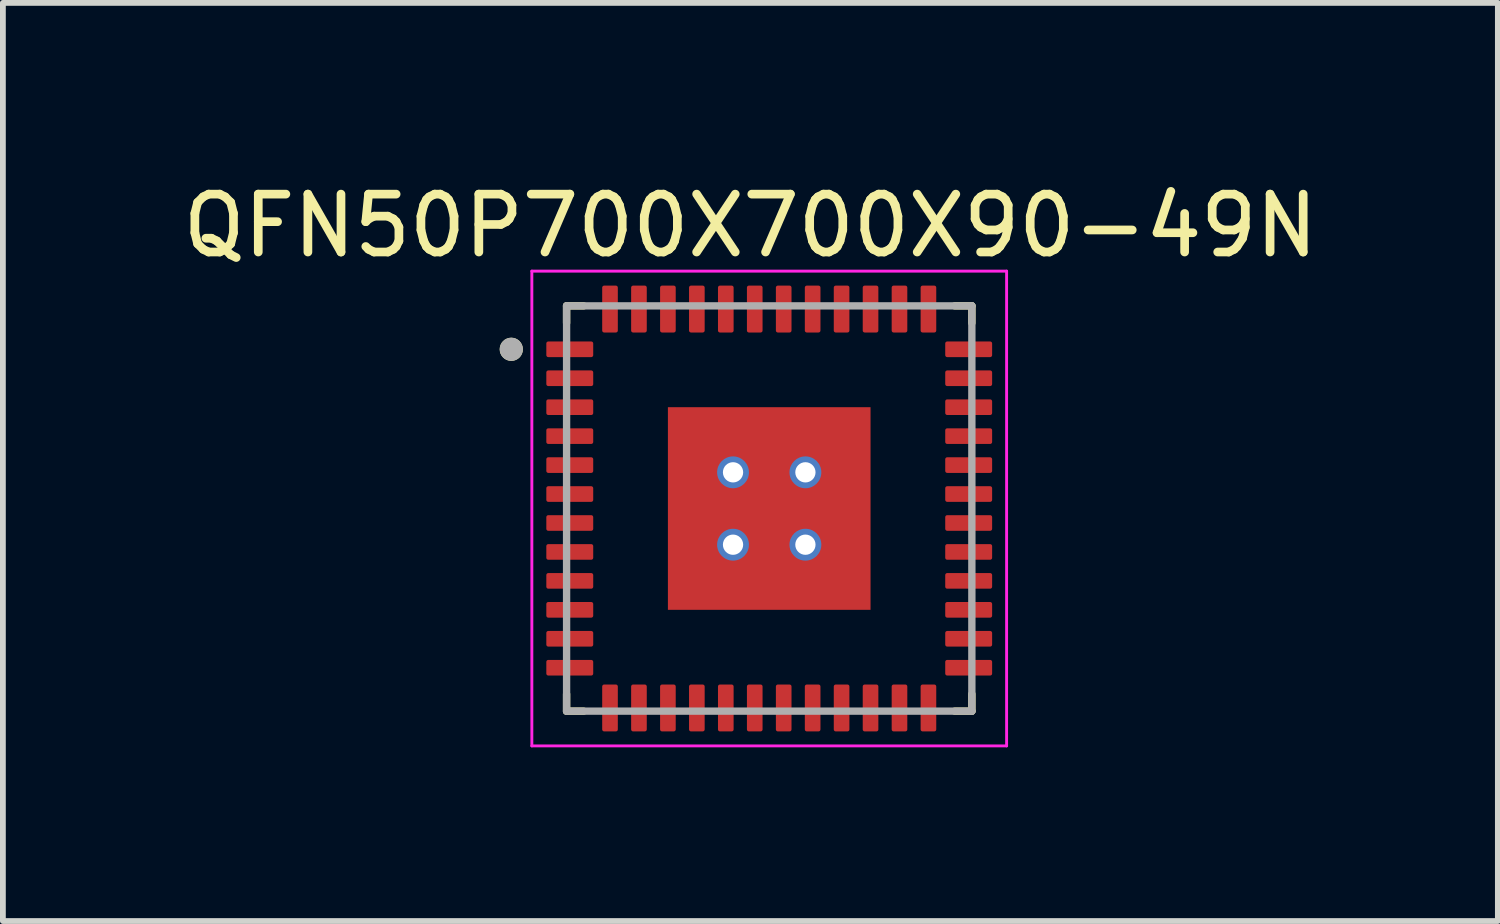
<source format=kicad_pcb>
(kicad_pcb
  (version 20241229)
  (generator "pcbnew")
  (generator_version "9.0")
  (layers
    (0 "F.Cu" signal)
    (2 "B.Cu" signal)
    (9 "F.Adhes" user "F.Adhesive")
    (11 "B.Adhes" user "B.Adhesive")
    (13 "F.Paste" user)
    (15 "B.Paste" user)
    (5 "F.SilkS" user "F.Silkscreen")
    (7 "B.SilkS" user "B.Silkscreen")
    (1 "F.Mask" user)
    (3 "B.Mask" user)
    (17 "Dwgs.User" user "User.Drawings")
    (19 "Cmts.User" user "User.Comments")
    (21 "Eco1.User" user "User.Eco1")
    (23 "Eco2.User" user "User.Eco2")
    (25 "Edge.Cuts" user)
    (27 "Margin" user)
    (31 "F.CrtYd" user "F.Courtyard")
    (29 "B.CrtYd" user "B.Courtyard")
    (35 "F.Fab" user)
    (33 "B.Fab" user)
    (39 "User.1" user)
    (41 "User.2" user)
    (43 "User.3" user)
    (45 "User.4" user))
  (footprint "QFN50P700X700X90-49N"
    (layer "F.Cu")
    (at 10.236 5.733)
    (property "Reference" "QFN50P700X700X90-49N" (at -0.325 -4.885 0) (layer "F.SilkS") (effects (font (size 1 1) (thickness 0.15))))
    (attr smd)
    (fp_line (start -3.5 -3.5) (end -3.5 -3.205) (stroke (width 0.127) (type solid)) (layer "F.SilkS"))
    (fp_line (start -3.5 -3.5) (end -3.205 -3.5) (stroke (width 0.127) (type solid)) (layer "F.SilkS"))
    (fp_line (start -3.5 3.5) (end -3.5 3.205) (stroke (width 0.127) (type solid)) (layer "F.SilkS"))
    (fp_line (start -3.5 3.5) (end -3.205 3.5) (stroke (width 0.127) (type solid)) (layer "F.SilkS"))
    (fp_line (start 3.5 -3.5) (end 3.205 -3.5) (stroke (width 0.127) (type solid)) (layer "F.SilkS"))
    (fp_line (start 3.5 -3.5) (end 3.5 -3.205) (stroke (width 0.127) (type solid)) (layer "F.SilkS"))
    (fp_line (start 3.5 3.5) (end 3.205 3.5) (stroke (width 0.127) (type solid)) (layer "F.SilkS"))
    (fp_line (start 3.5 3.5) (end 3.5 3.205) (stroke (width 0.127) (type solid)) (layer "F.SilkS"))
    (fp_circle (center -4.455 -2.75) (end -4.355 -2.75) (stroke (width 0.2) (type solid)) (fill no) (layer "F.SilkS"))
    (fp_poly (pts (xy -1.125 -1.125) (xy -0.125 -1.125) (xy -0.125 -0.125) (xy -1.125 -0.125)) (stroke (width 0.01) (type solid)) (fill yes) (layer "F.Paste"))
    (fp_poly (pts (xy -1.125 0.125) (xy -0.125 0.125) (xy -0.125 1.125) (xy -1.125 1.125)) (stroke (width 0.01) (type solid)) (fill yes) (layer "F.Paste"))
    (fp_poly (pts (xy 0.125 -1.125) (xy 1.125 -1.125) (xy 1.125 -0.125) (xy 0.125 -0.125)) (stroke (width 0.01) (type solid)) (fill yes) (layer "F.Paste"))
    (fp_poly (pts (xy 0.125 0.125) (xy 1.125 0.125) (xy 1.125 1.125) (xy 0.125 1.125)) (stroke (width 0.01) (type solid)) (fill yes) (layer "F.Paste"))
    (fp_line (start -4.1 -4.1) (end 4.1 -4.1) (stroke (width 0.05) (type solid)) (layer "F.CrtYd"))
    (fp_line (start -4.1 4.1) (end -4.1 -4.1) (stroke (width 0.05) (type solid)) (layer "F.CrtYd"))
    (fp_line (start -4.1 4.1) (end 4.1 4.1) (stroke (width 0.05) (type solid)) (layer "F.CrtYd"))
    (fp_line (start 4.1 4.1) (end 4.1 -4.1) (stroke (width 0.05) (type solid)) (layer "F.CrtYd"))
    (fp_line (start -3.5 3.5) (end -3.5 -3.5) (stroke (width 0.127) (type solid)) (layer "F.Fab"))
    (fp_line (start 3.5 -3.5) (end -3.5 -3.5) (stroke (width 0.127) (type solid)) (layer "F.Fab"))
    (fp_line (start 3.5 3.5) (end -3.5 3.5) (stroke (width 0.127) (type solid)) (layer "F.Fab"))
    (fp_line (start 3.5 3.5) (end 3.5 -3.5) (stroke (width 0.127) (type solid)) (layer "F.Fab"))
    (fp_circle (center -4.455 -2.75) (end -4.355 -2.75) (stroke (width 0.2) (type solid)) (fill no) (layer "F.Fab"))
    (pad "1" smd roundrect (at -3.445 -2.75) (size 0.81 0.27) (layers "F.Cu" "F.Mask" "F.Paste") (roundrect_rratio 0.125))
    (pad "2" smd roundrect (at -3.445 -2.25) (size 0.81 0.27) (layers "F.Cu" "F.Mask" "F.Paste") (roundrect_rratio 0.125))
    (pad "3" smd roundrect (at -3.445 -1.75) (size 0.81 0.27) (layers "F.Cu" "F.Mask" "F.Paste") (roundrect_rratio 0.125))
    (pad "4" smd roundrect (at -3.445 -1.25) (size 0.81 0.27) (layers "F.Cu" "F.Mask" "F.Paste") (roundrect_rratio 0.125))
    (pad "5" smd roundrect (at -3.445 -0.75) (size 0.81 0.27) (layers "F.Cu" "F.Mask" "F.Paste") (roundrect_rratio 0.125))
    (pad "6" smd roundrect (at -3.445 -0.25) (size 0.81 0.27) (layers "F.Cu" "F.Mask" "F.Paste") (roundrect_rratio 0.125))
    (pad "7" smd roundrect (at -3.445 0.25) (size 0.81 0.27) (layers "F.Cu" "F.Mask" "F.Paste") (roundrect_rratio 0.125))
    (pad "8" smd roundrect (at -3.445 0.75) (size 0.81 0.27) (layers "F.Cu" "F.Mask" "F.Paste") (roundrect_rratio 0.125))
    (pad "9" smd roundrect (at -3.445 1.25) (size 0.81 0.27) (layers "F.Cu" "F.Mask" "F.Paste") (roundrect_rratio 0.125))
    (pad "10" smd roundrect (at -3.445 1.75) (size 0.81 0.27) (layers "F.Cu" "F.Mask" "F.Paste") (roundrect_rratio 0.125))
    (pad "11" smd roundrect (at -3.445 2.25) (size 0.81 0.27) (layers "F.Cu" "F.Mask" "F.Paste") (roundrect_rratio 0.125))
    (pad "12" smd roundrect (at -3.445 2.75) (size 0.81 0.27) (layers "F.Cu" "F.Mask" "F.Paste") (roundrect_rratio 0.125))
    (pad "13" smd roundrect (at -2.75 3.445 90) (size 0.81 0.27) (layers "F.Cu" "F.Mask" "F.Paste") (roundrect_rratio 0.125))
    (pad "14" smd roundrect (at -2.25 3.445 90) (size 0.81 0.27) (layers "F.Cu" "F.Mask" "F.Paste") (roundrect_rratio 0.125))
    (pad "15" smd roundrect (at -1.75 3.445 90) (size 0.81 0.27) (layers "F.Cu" "F.Mask" "F.Paste") (roundrect_rratio 0.125))
    (pad "16" smd roundrect (at -1.25 3.445 90) (size 0.81 0.27) (layers "F.Cu" "F.Mask" "F.Paste") (roundrect_rratio 0.125))
    (pad "17" smd roundrect (at -0.75 3.445 90) (size 0.81 0.27) (layers "F.Cu" "F.Mask" "F.Paste") (roundrect_rratio 0.125))
    (pad "18" smd roundrect (at -0.25 3.445 90) (size 0.81 0.27) (layers "F.Cu" "F.Mask" "F.Paste") (roundrect_rratio 0.125))
    (pad "19" smd roundrect (at 0.25 3.445 90) (size 0.81 0.27) (layers "F.Cu" "F.Mask" "F.Paste") (roundrect_rratio 0.125))
    (pad "20" smd roundrect (at 0.75 3.445 90) (size 0.81 0.27) (layers "F.Cu" "F.Mask" "F.Paste") (roundrect_rratio 0.125))
    (pad "21" smd roundrect (at 1.25 3.445 90) (size 0.81 0.27) (layers "F.Cu" "F.Mask" "F.Paste") (roundrect_rratio 0.125))
    (pad "22" smd roundrect (at 1.75 3.445 90) (size 0.81 0.27) (layers "F.Cu" "F.Mask" "F.Paste") (roundrect_rratio 0.125))
    (pad "23" smd roundrect (at 2.25 3.445 90) (size 0.81 0.27) (layers "F.Cu" "F.Mask" "F.Paste") (roundrect_rratio 0.125))
    (pad "24" smd roundrect (at 2.75 3.445 90) (size 0.81 0.27) (layers "F.Cu" "F.Mask" "F.Paste") (roundrect_rratio 0.125))
    (pad "25" smd roundrect (at 3.445 2.75) (size 0.81 0.27) (layers "F.Cu" "F.Mask" "F.Paste") (roundrect_rratio 0.125))
    (pad "26" smd roundrect (at 3.445 2.25) (size 0.81 0.27) (layers "F.Cu" "F.Mask" "F.Paste") (roundrect_rratio 0.125))
    (pad "27" smd roundrect (at 3.445 1.75) (size 0.81 0.27) (layers "F.Cu" "F.Mask" "F.Paste") (roundrect_rratio 0.125))
    (pad "28" smd roundrect (at 3.445 1.25) (size 0.81 0.27) (layers "F.Cu" "F.Mask" "F.Paste") (roundrect_rratio 0.125))
    (pad "29" smd roundrect (at 3.445 0.75) (size 0.81 0.27) (layers "F.Cu" "F.Mask" "F.Paste") (roundrect_rratio 0.125))
    (pad "30" smd roundrect (at 3.445 0.25) (size 0.81 0.27) (layers "F.Cu" "F.Mask" "F.Paste") (roundrect_rratio 0.125))
    (pad "31" smd roundrect (at 3.445 -0.25) (size 0.81 0.27) (layers "F.Cu" "F.Mask" "F.Paste") (roundrect_rratio 0.125))
    (pad "32" smd roundrect (at 3.445 -0.75) (size 0.81 0.27) (layers "F.Cu" "F.Mask" "F.Paste") (roundrect_rratio 0.125))
    (pad "33" smd roundrect (at 3.445 -1.25) (size 0.81 0.27) (layers "F.Cu" "F.Mask" "F.Paste") (roundrect_rratio 0.125))
    (pad "34" smd roundrect (at 3.445 -1.75) (size 0.81 0.27) (layers "F.Cu" "F.Mask" "F.Paste") (roundrect_rratio 0.125))
    (pad "35" smd roundrect (at 3.445 -2.25) (size 0.81 0.27) (layers "F.Cu" "F.Mask" "F.Paste") (roundrect_rratio 0.125))
    (pad "36" smd roundrect (at 3.445 -2.75) (size 0.81 0.27) (layers "F.Cu" "F.Mask" "F.Paste") (roundrect_rratio 0.125))
    (pad "37" smd roundrect (at 2.75 -3.445 90) (size 0.81 0.27) (layers "F.Cu" "F.Mask" "F.Paste") (roundrect_rratio 0.125))
    (pad "38" smd roundrect (at 2.25 -3.445 90) (size 0.81 0.27) (layers "F.Cu" "F.Mask" "F.Paste") (roundrect_rratio 0.125))
    (pad "39" smd roundrect (at 1.75 -3.445 90) (size 0.81 0.27) (layers "F.Cu" "F.Mask" "F.Paste") (roundrect_rratio 0.125))
    (pad "40" smd roundrect (at 1.25 -3.445 90) (size 0.81 0.27) (layers "F.Cu" "F.Mask" "F.Paste") (roundrect_rratio 0.125))
    (pad "41" smd roundrect (at 0.75 -3.445 90) (size 0.81 0.27) (layers "F.Cu" "F.Mask" "F.Paste") (roundrect_rratio 0.125))
    (pad "42" smd roundrect (at 0.25 -3.445 90) (size 0.81 0.27) (layers "F.Cu" "F.Mask" "F.Paste") (roundrect_rratio 0.125))
    (pad "43" smd roundrect (at -0.25 -3.445 90) (size 0.81 0.27) (layers "F.Cu" "F.Mask" "F.Paste") (roundrect_rratio 0.125))
    (pad "44" smd roundrect (at -0.75 -3.445 90) (size 0.81 0.27) (layers "F.Cu" "F.Mask" "F.Paste") (roundrect_rratio 0.125))
    (pad "45" smd roundrect (at -1.25 -3.445 90) (size 0.81 0.27) (layers "F.Cu" "F.Mask" "F.Paste") (roundrect_rratio 0.125))
    (pad "46" smd roundrect (at -1.75 -3.445 90) (size 0.81 0.27) (layers "F.Cu" "F.Mask" "F.Paste") (roundrect_rratio 0.125))
    (pad "47" smd roundrect (at -2.25 -3.445 90) (size 0.81 0.27) (layers "F.Cu" "F.Mask" "F.Paste") (roundrect_rratio 0.125))
    (pad "48" smd roundrect (at -2.75 -3.445 90) (size 0.81 0.27) (layers "F.Cu" "F.Mask" "F.Paste") (roundrect_rratio 0.125))
    (pad "49" smd rect (at 0 0) (size 3.5 3.5) (layers "F.Cu" "F.Mask"))
    (pad "50" thru_hole circle (at -0.625 -0.625) (size 0.55 0.55) (drill 0.35) (layers "*.Cu" "*.Mask"))
    (pad "51" thru_hole circle (at 0.625 -0.625) (size 0.55 0.55) (drill 0.35) (layers "*.Cu" "*.Mask"))
    (pad "52" thru_hole circle (at -0.625 0.625) (size 0.55 0.55) (drill 0.35) (layers "*.Cu" "*.Mask"))
    (pad "53" thru_hole circle (at 0.625 0.625) (size 0.55 0.55) (drill 0.35) (layers "*.Cu" "*.Mask")))
  (gr_rect
    (start -3 -3)
    (end 22.821 12.858)
    (stroke (width 0.1) (type default))
    (fill no)
    (layer "Edge.Cuts")))
</source>
